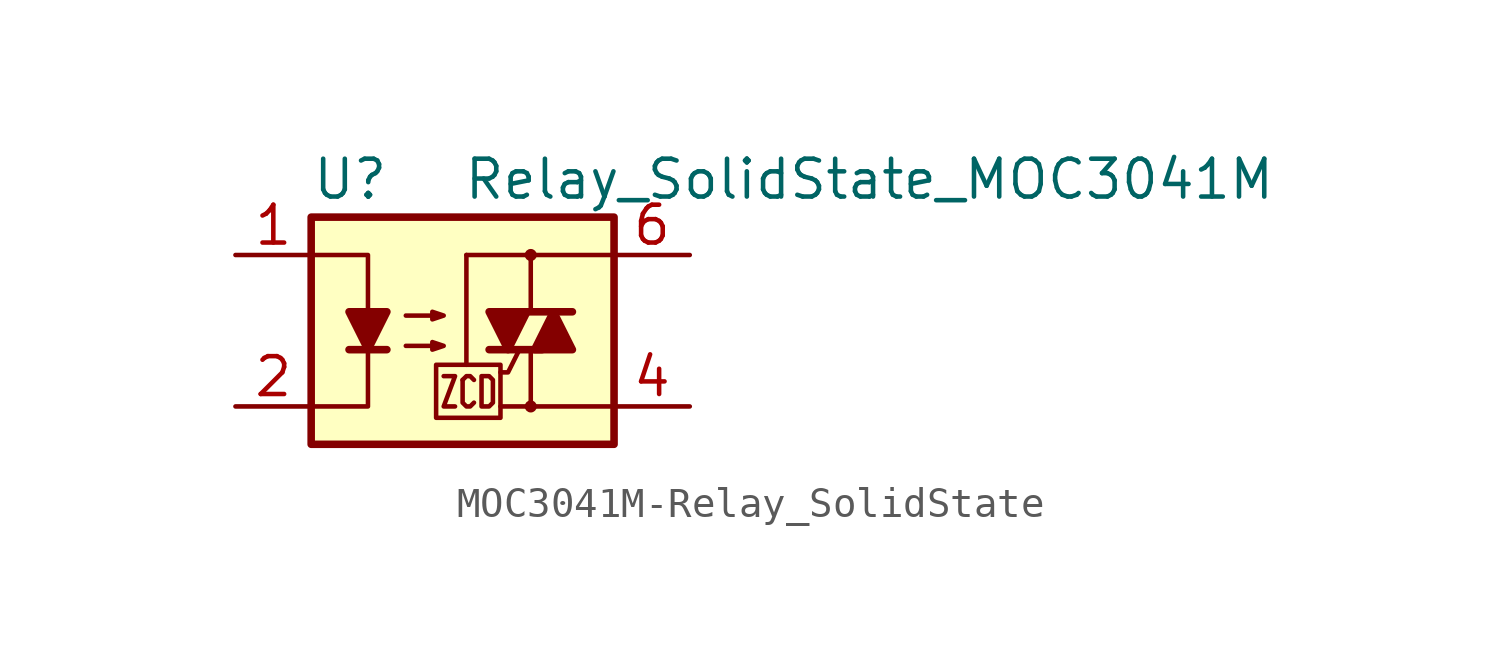
<source format=kicad_sym>
(kicad_symbol_lib
  (version 20231120)
  (generator "kicad_symbol_editor")
  (generator_version "8.0")
  (symbol "MOC3041M-Relay_SolidState"
    (pin_names
      (offset 1.016))
    (property "Reference" "U"
      (at -5.08 5.08 0)
      (effects (font (size 1.27 1.27)) (justify left)))
    (property "Value" "Relay_SolidState_MOC3041M"
      (at 0 5.08 0)
      (effects (font (size 1.27 1.27)) (justify left)))
    (symbol "MOC3041M-Relay_SolidState_0_1"
      (rectangle (start -5.08 3.81) (end 5.08 -3.81) (stroke (width 0.254) (type solid)) (fill (type background)))
      (polyline (pts (xy -3.81 -0.635) (xy -2.54 -0.635)) (stroke (width 0.254) (type solid)) (fill (type none)))
      (polyline (pts (xy 0.127 -1.143) (xy 0.127 2.54)) (stroke (width 0) (type solid)) (fill (type none)))
      (polyline (pts (xy 0.127 2.54) (xy 2.286 2.54)) (stroke (width 0) (type solid)) (fill (type none)))
      (polyline (pts (xy 1.905 0.635) (xy 3.683 0.635)) (stroke (width 0.254) (type solid)) (fill (type none)))
      (polyline (pts (xy 2.286 -2.54) (xy 1.27 -2.54)) (stroke (width 0) (type solid)) (fill (type none)))
      (polyline (pts (xy 2.286 -2.54) (xy 2.286 -0.635)) (stroke (width 0) (type solid)) (fill (type none)))
      (polyline (pts (xy 2.286 -2.54) (xy 5.08 -2.54)) (stroke (width 0) (type solid)) (fill (type none)))
      (polyline (pts (xy 2.286 2.54) (xy 2.286 0.635)) (stroke (width 0) (type solid)) (fill (type none)))
      (polyline (pts (xy 2.286 2.54) (xy 5.08 2.54)) (stroke (width 0) (type solid)) (fill (type none)))
      (polyline (pts (xy 2.667 -0.635) (xy 0.889 -0.635)) (stroke (width 0.254) (type solid)) (fill (type none)))
      (polyline (pts (xy -5.08 2.54) (xy -3.175 2.54) (xy -3.175 0.635)) (stroke (width 0) (type solid)) (fill (type none)))
      (polyline (pts (xy -3.175 -0.635) (xy -3.175 -2.54) (xy -5.08 -2.54)) (stroke (width 0) (type solid)) (fill (type none)))
      (polyline (pts (xy 1.905 -0.635) (xy 1.524 -1.397) (xy 1.27 -1.397)) (stroke (width 0) (type solid)) (fill (type none)))
      (polyline (pts (xy -3.175 -0.635) (xy -3.81 0.635) (xy -2.54 0.635) (xy -3.175 -0.635)) (stroke (width 0.254) (type solid)) (fill (type outline)))
      (polyline (pts (xy -0.635 -1.524) (xy -0.254 -1.524) (xy -0.635 -2.54) (xy -0.254 -2.54)) (stroke (width 0) (type solid)) (fill (type none)))
      (polyline (pts (xy 0 -1.651) (xy 0.127 -1.524) (xy 0.254 -1.524) (xy 0.381 -1.651)) (stroke (width 0) (type solid)) (fill (type none)))
      (polyline (pts (xy 1.524 -0.635) (xy 2.159 0.635) (xy 0.889 0.635) (xy 1.524 -0.635)) (stroke (width 0.254) (type solid)) (fill (type outline)))
      (polyline (pts (xy 3.048 0.635) (xy 2.413 -0.635) (xy 3.683 -0.635) (xy 3.048 0.635)) (stroke (width 0.254) (type solid)) (fill (type outline)))
      (polyline (pts (xy -1.905 -0.508) (xy -0.635 -0.508) (xy -1.016 -0.635) (xy -1.016 -0.381) (xy -0.635 -0.508)) (stroke (width 0) (type solid)) (fill (type none)))
      (polyline (pts (xy -1.905 0.508) (xy -0.635 0.508) (xy -1.016 0.381) (xy -1.016 0.635) (xy -0.635 0.508)) (stroke (width 0) (type solid)) (fill (type none)))
      (polyline (pts (xy -0.889 -1.143) (xy -0.889 -2.921) (xy 1.27 -2.921) (xy 1.27 -1.143) (xy -0.889 -1.143)) (stroke (width 0) (type solid)) (fill (type none)))
      (polyline (pts (xy 0.381 -2.413) (xy 0.254 -2.54) (xy 0.127 -2.54) (xy 0 -2.413) (xy 0 -1.651)) (stroke (width 0) (type solid)) (fill (type none)))
      (polyline (pts (xy 0.635 -1.524) (xy 0.635 -2.54) (xy 0.889 -2.54) (xy 1.016 -2.413) (xy 1.016 -1.651) (xy 0.889 -1.524) (xy 0.635 -1.524)) (stroke (width 0) (type solid)) (fill (type none)))
      (circle (center 2.286 -2.54) (radius 0.127) (stroke (width 0) (type solid)) (fill (type none)))
      (circle (center 2.286 2.54) (radius 0.127) (stroke (width 0) (type solid)) (fill (type none))))
    (symbol "MOC3041M-Relay_SolidState_1_1"
      (pin passive line (at -7.62 2.54 0) (length 2.54) (name "~" (effects (font (size 1.27 1.27)))) (number "1" (effects (font (size 1.27 1.27)))))
      (pin passive line (at -7.62 -2.54 0) (length 2.54) (name "~" (effects (font (size 1.27 1.27)))) (number "2" (effects (font (size 1.27 1.27)))))
      (pin no_connect line (at -7.62 0 0) (length 2.54) hide (name "NC" (effects (font (size 1.27 1.27)))) (number "3" (effects (font (size 1.27 1.27)))))
      (pin passive line (at 7.62 -2.54 180) (length 2.54) (name "~" (effects (font (size 1.27 1.27)))) (number "4" (effects (font (size 1.27 1.27)))))
      (pin no_connect line (at 7.62 0 180) (length 2.54) hide (name "NC" (effects (font (size 1.27 1.27)))) (number "5" (effects (font (size 1.27 1.27)))))
      (pin passive line (at 7.62 2.54 180) (length 2.54) (name "~" (effects (font (size 1.27 1.27)))) (number "6" (effects (font (size 1.27 1.27))))))))
</source>
